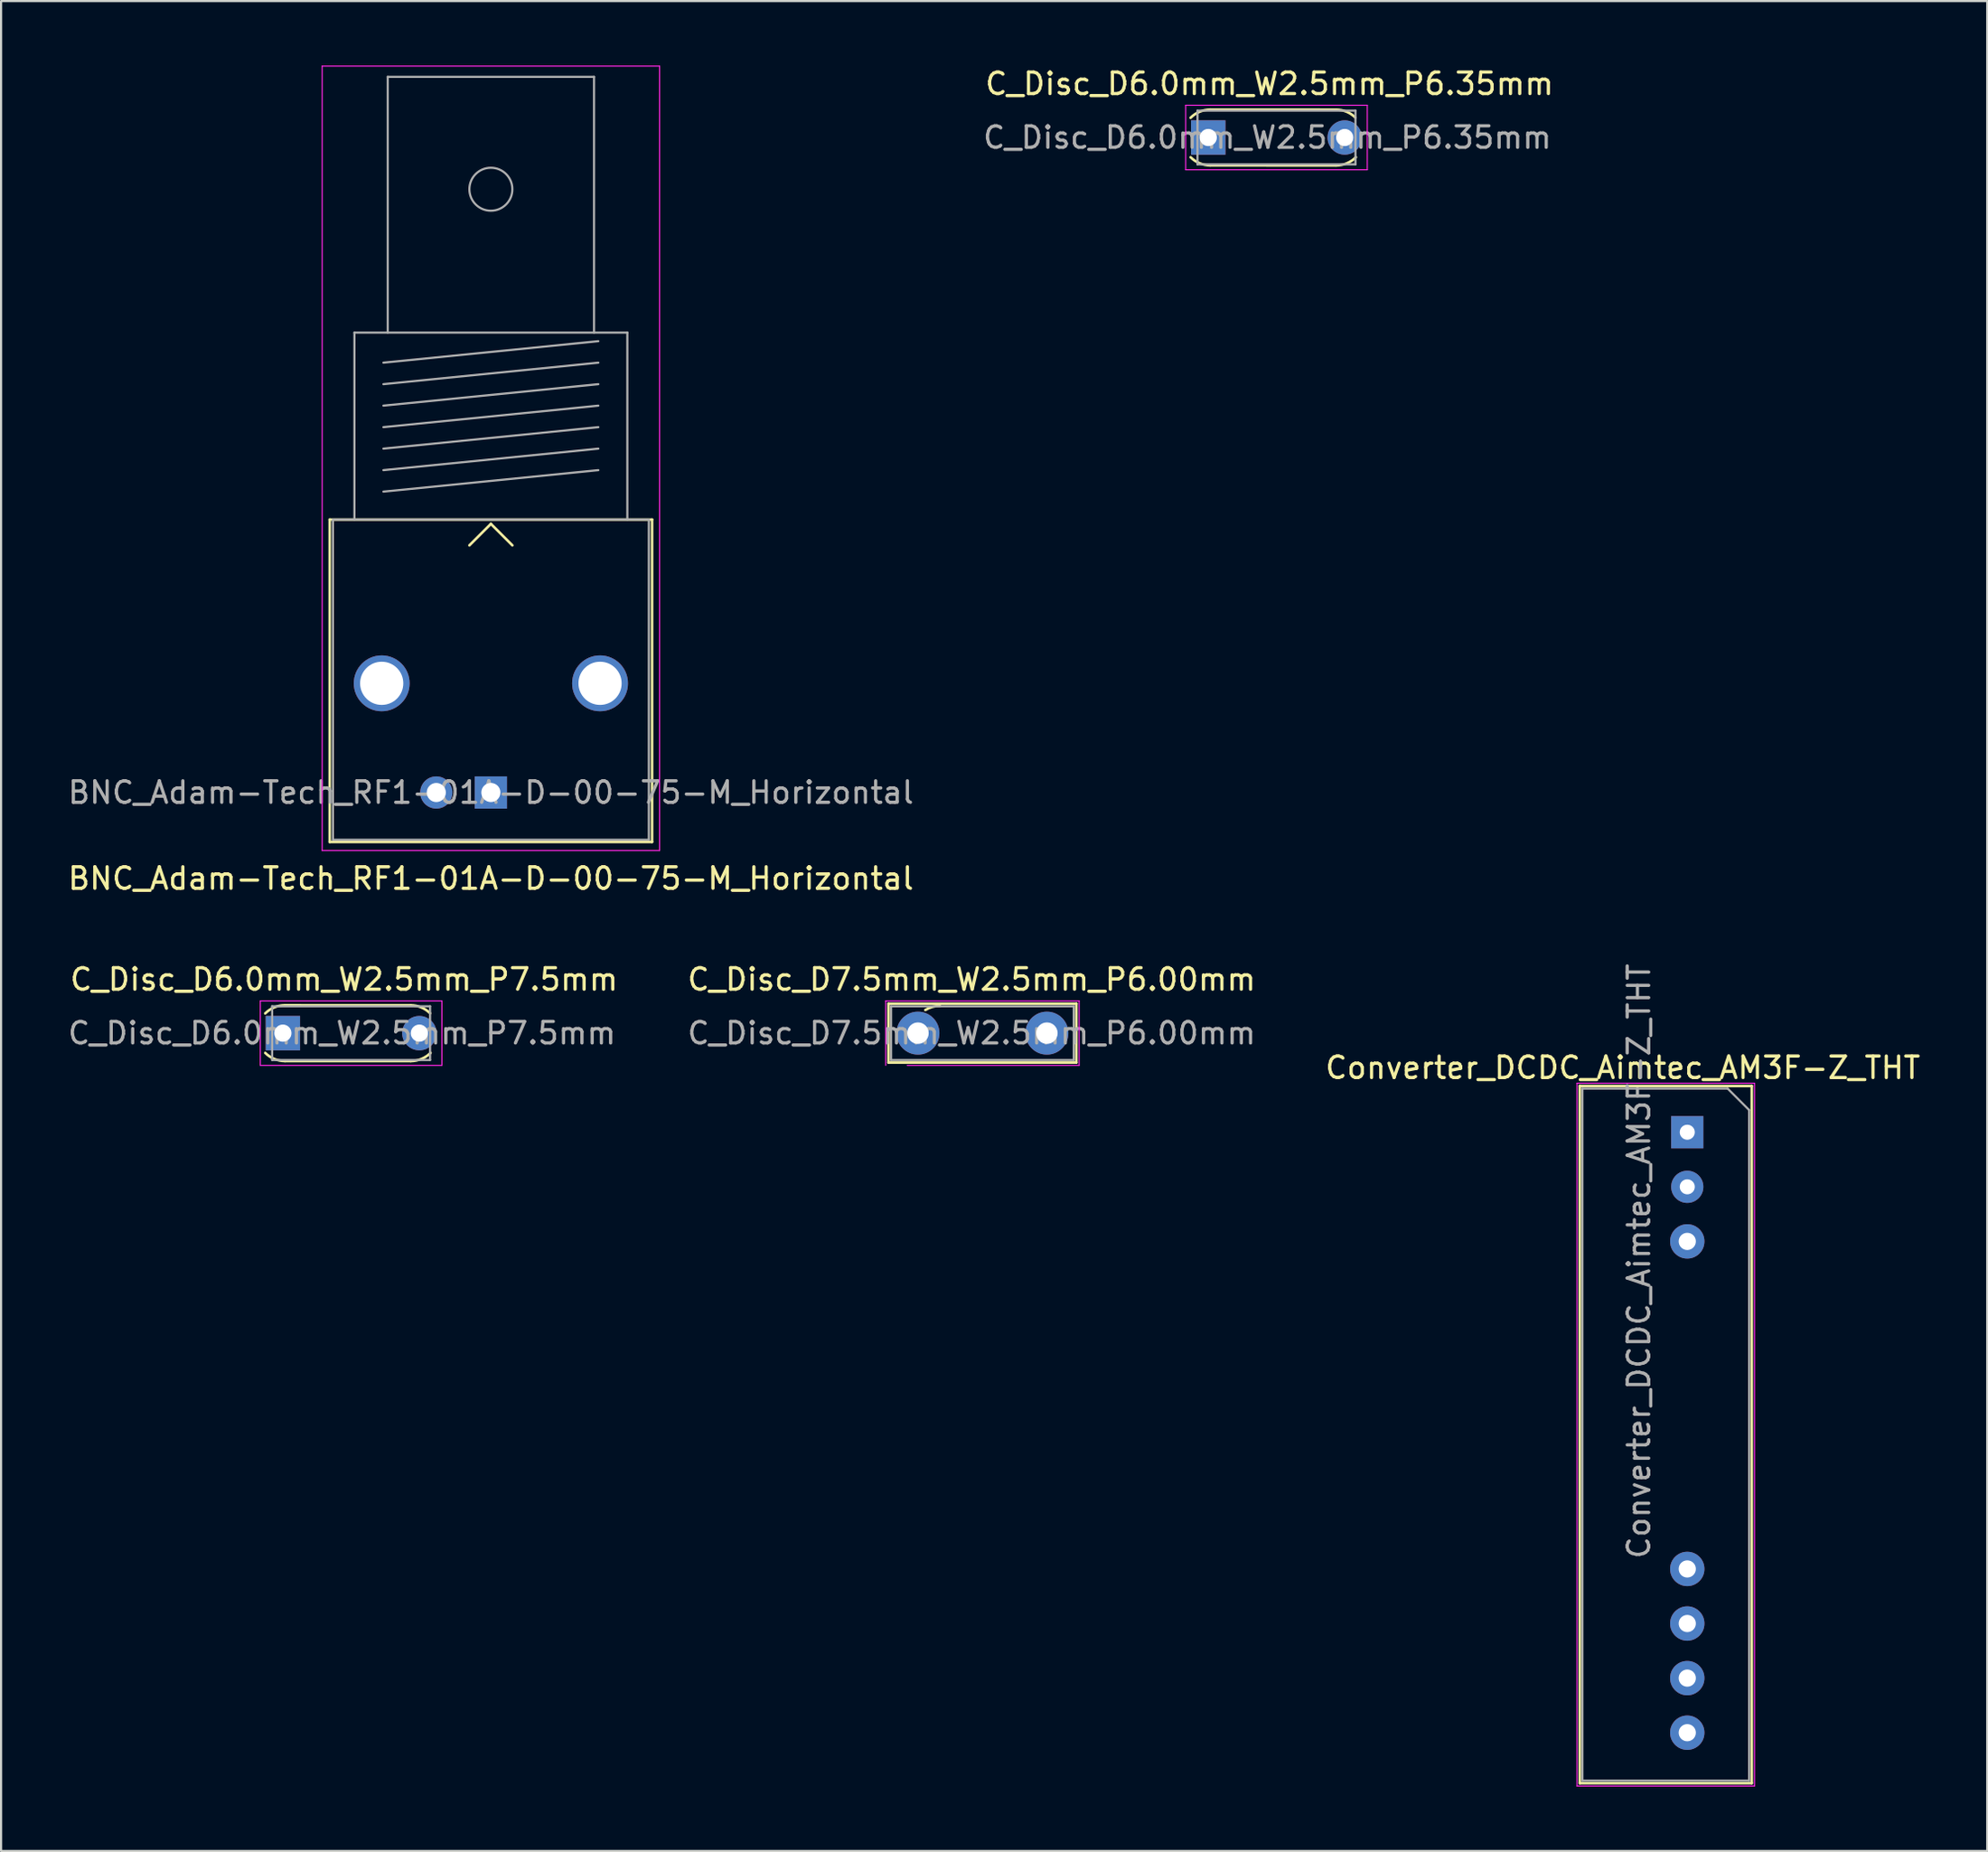
<source format=kicad_pcb>
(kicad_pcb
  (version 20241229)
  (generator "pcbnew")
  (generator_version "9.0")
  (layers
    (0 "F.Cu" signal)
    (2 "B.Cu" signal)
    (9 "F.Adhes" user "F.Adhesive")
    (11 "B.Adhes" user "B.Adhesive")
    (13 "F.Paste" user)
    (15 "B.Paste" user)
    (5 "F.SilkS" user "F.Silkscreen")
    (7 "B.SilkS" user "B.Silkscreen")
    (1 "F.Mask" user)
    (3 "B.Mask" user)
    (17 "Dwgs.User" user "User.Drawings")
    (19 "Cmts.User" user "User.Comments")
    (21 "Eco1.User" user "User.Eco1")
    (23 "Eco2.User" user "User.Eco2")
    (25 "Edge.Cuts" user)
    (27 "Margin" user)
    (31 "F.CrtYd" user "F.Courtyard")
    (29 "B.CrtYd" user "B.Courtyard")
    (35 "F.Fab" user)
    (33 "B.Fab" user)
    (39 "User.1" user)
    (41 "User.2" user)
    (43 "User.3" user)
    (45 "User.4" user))
  (footprint "C_Disc_D6.0mm_W2.5mm_P6.35mm"
    (layer "F.Cu")
    (at 53.173 3.348)
    (property "Reference" "C_Disc_D6.0mm_W2.5mm_P6.35mm" (at 2.85 -2.5 0) (layer "F.SilkS") (effects (font (size 1 1) (thickness 0.15))))
    (attr through_hole)
    (fp_line (start 0.096 1.299) (end 5.95 1.3) (stroke (width 0.12) (type default)) (layer "F.SilkS"))
    (fp_line (start 5.95 -1.297) (end 0.097 -1.299) (stroke (width 0.12) (type default)) (layer "F.SilkS"))
    (fp_arc (start -0.82175 -0.918195) (mid -0.4 -1.2) (end 0.097489 -1.298956) (stroke (width 0.12) (type default)) (layer "F.SilkS"))
    (fp_arc (start 0.095607 1.298582) (mid -0.4 1.2) (end -0.820156 0.919261) (stroke (width 0.12) (type default)) (layer "F.SilkS"))
    (fp_arc (start 5.95 -1.296886) (mid 6.437071 -1.199992) (end 6.85 -0.924094) (stroke (width 0.12) (type default)) (layer "F.SilkS"))
    (fp_arc (start 6.871954 0.918114) (mid 6.448958 1.200752) (end 5.95 1.3) (stroke (width 0.12) (type default)) (layer "F.SilkS"))
    (fp_line (start -1.05 -1.5) (end -1.05 1.5) (stroke (width 0.05) (type solid)) (layer "F.CrtYd"))
    (fp_line (start -1.05 1.5) (end 7.4 1.5) (stroke (width 0.05) (type solid)) (layer "F.CrtYd"))
    (fp_line (start 7.4 -1.5) (end -1.05 -1.5) (stroke (width 0.05) (type solid)) (layer "F.CrtYd"))
    (fp_line (start 7.4 1.5) (end 7.4 -1.5) (stroke (width 0.05) (type solid)) (layer "F.CrtYd"))
    (fp_line (start -0.5 -1.25) (end -0.5 1.25) (stroke (width 0.1) (type solid)) (layer "F.Fab"))
    (fp_line (start -0.5 1.25) (end 6.85 1.25) (stroke (width 0.1) (type solid)) (layer "F.Fab"))
    (fp_line (start 6.85 -1.25) (end -0.5 -1.25) (stroke (width 0.1) (type solid)) (layer "F.Fab"))
    (fp_line (start 6.85 1.25) (end 6.85 -1.25) (stroke (width 0.1) (type solid)) (layer "F.Fab"))
    (fp_text user "${REFERENCE}" (at 2.75 0 0) (layer "F.Fab") (effects (font (size 1 1) (thickness 0.15))))
    (pad "1" thru_hole rect (at 0 0) (size 1.6 1.6) (drill 0.8) (layers "*.Cu" "*.Mask"))
    (pad "2" thru_hole circle (at 6.35 0) (size 1.6 1.6) (drill 0.8) (layers "*.Cu" "*.Mask")))
  (footprint "BNC_Adam-Tech_RF1-01A-D-00-75-M_Horizontal"
    (layer "F.Cu")
    (at 19.792 33.825)
    (property "Reference" "BNC_Adam-Tech_RF1-01A-D-00-75-M_Horizontal" (at 0 4 0) (layer "F.SilkS") (effects (font (size 1 1) (thickness 0.15))))
    (attr through_hole)
    (fp_line (start -7.5 -12.7) (end 7.5 -12.7) (stroke (width 0.12) (type solid)) (layer "F.SilkS"))
    (fp_line (start -7.5 2.3) (end -7.5 -12.7) (stroke (width 0.12) (type solid)) (layer "F.SilkS"))
    (fp_line (start 0 -12.5) (end -1 -11.5) (stroke (width 0.12) (type solid)) (layer "F.SilkS"))
    (fp_line (start 0 -12.5) (end 1 -11.5) (stroke (width 0.12) (type solid)) (layer "F.SilkS"))
    (fp_line (start 7.5 -12.7) (end 7.5 2.3) (stroke (width 0.12) (type solid)) (layer "F.SilkS"))
    (fp_line (start 7.5 2.3) (end -7.5 2.3) (stroke (width 0.12) (type solid)) (layer "F.SilkS"))
    (fp_line (start -7.85 2.7) (end -7.85 -33.8) (stroke (width 0.05) (type solid)) (layer "F.CrtYd"))
    (fp_line (start -7.85 2.7) (end 7.85 2.7) (stroke (width 0.05) (type solid)) (layer "F.CrtYd"))
    (fp_line (start 7.85 -33.8) (end -7.85 -33.8) (stroke (width 0.05) (type solid)) (layer "F.CrtYd"))
    (fp_line (start 7.85 2.7) (end 7.85 -33.8) (stroke (width 0.05) (type solid)) (layer "F.CrtYd"))
    (fp_line (start -7.35 -12.7) (end -7.35 2.2) (stroke (width 0.1) (type solid)) (layer "F.Fab"))
    (fp_line (start -7.35 2.2) (end 7.35 2.2) (stroke (width 0.1) (type solid)) (layer "F.Fab"))
    (fp_line (start -6.35 -21.4) (end -6.35 -12.7) (stroke (width 0.1) (type solid)) (layer "F.Fab"))
    (fp_line (start -5 -20) (end 5 -21) (stroke (width 0.1) (type solid)) (layer "F.Fab"))
    (fp_line (start -5 -19) (end 5 -20) (stroke (width 0.1) (type solid)) (layer "F.Fab"))
    (fp_line (start -5 -18) (end 5 -19) (stroke (width 0.1) (type solid)) (layer "F.Fab"))
    (fp_line (start -5 -17) (end 5 -18) (stroke (width 0.1) (type solid)) (layer "F.Fab"))
    (fp_line (start -5 -16) (end 5 -17) (stroke (width 0.1) (type solid)) (layer "F.Fab"))
    (fp_line (start -5 -15) (end 5 -16) (stroke (width 0.1) (type solid)) (layer "F.Fab"))
    (fp_line (start -5 -14) (end 5 -15) (stroke (width 0.1) (type solid)) (layer "F.Fab"))
    (fp_line (start -4.8 -33.3) (end -4.8 -21.4) (stroke (width 0.1) (type solid)) (layer "F.Fab"))
    (fp_line (start 4.8 -33.3) (end -4.8 -33.3) (stroke (width 0.1) (type solid)) (layer "F.Fab"))
    (fp_line (start 4.8 -21.4) (end 4.8 -33.3) (stroke (width 0.1) (type solid)) (layer "F.Fab"))
    (fp_line (start 6.35 -21.4) (end -6.35 -21.4) (stroke (width 0.1) (type solid)) (layer "F.Fab"))
    (fp_line (start 6.35 -12.7) (end 6.35 -21.4) (stroke (width 0.1) (type solid)) (layer "F.Fab"))
    (fp_line (start 7.35 -12.7) (end -7.35 -12.7) (stroke (width 0.1) (type solid)) (layer "F.Fab"))
    (fp_line (start 7.35 2.2) (end 7.35 -12.7) (stroke (width 0.1) (type solid)) (layer "F.Fab"))
    (fp_circle (center 0 -28.07) (end 1 -28.07) (stroke (width 0.1) (type solid)) (fill no) (layer "F.Fab"))
    (fp_text user "${REFERENCE}" (at 0 0 0) (layer "F.Fab") (effects (font (size 1 1) (thickness 0.15))))
    (pad "" thru_hole circle (at -5.08 -5.08) (size 2.6 2.6) (drill 2.01) (layers "*.Cu" "*.Mask"))
    (pad "" thru_hole circle (at 5.08 -5.08) (size 2.6 2.6) (drill 2.01) (layers "*.Cu" "*.Mask"))
    (pad "1" thru_hole rect (at 0 0) (size 1.5 1.5) (drill 0.89) (layers "*.Cu" "*.Mask"))
    (pad "2" thru_hole circle (at -2.54 0) (size 1.5 1.5) (drill 0.89) (layers "*.Cu" "*.Mask")))
  (footprint "C_Disc_D7.5mm_W2.5mm_P6.00mm"
    (layer "F.Cu")
    (at 39.665 45.022)
    (property "Reference" "C_Disc_D7.5mm_W2.5mm_P6.00mm" (at 2.5 -2.5 0) (layer "F.SilkS") (effects (font (size 1 1) (thickness 0.15))))
    (attr through_hole)
    (fp_line (start -1.37 -1.37) (end -1.37 1.37) (stroke (width 0.12) (type solid)) (layer "F.SilkS"))
    (fp_line (start -1.37 -1.37) (end 7.37 -1.37) (stroke (width 0.12) (type solid)) (layer "F.SilkS"))
    (fp_line (start -1.37 1.37) (end 7.37 1.37) (stroke (width 0.12) (type solid)) (layer "F.SilkS"))
    (fp_line (start 7.37 -1.37) (end 7.37 1.37) (stroke (width 0.12) (type solid)) (layer "F.SilkS"))
    (fp_arc (start 0.342901 -1.076958) (mid 0.665883 -1.220786) (end 1.016 -1.27) (stroke (width 0.12) (type default)) (layer "F.SilkS"))
    (fp_line (start -1.5 -1.5) (end -1.5 1.5) (stroke (width 0.05) (type solid)) (layer "F.CrtYd"))
    (fp_line (start -0.5 1.5) (end 7.5 1.5) (stroke (width 0.05) (type solid)) (layer "F.CrtYd"))
    (fp_line (start 7.5 -1.5) (end -1.5 -1.5) (stroke (width 0.05) (type solid)) (layer "F.CrtYd"))
    (fp_line (start 7.5 1.5) (end 7.5 -1.5) (stroke (width 0.05) (type solid)) (layer "F.CrtYd"))
    (fp_line (start -1.25 -1.25) (end -1.25 1.25) (stroke (width 0.1) (type solid)) (layer "F.Fab"))
    (fp_line (start -1.25 1.25) (end 7.25 1.25) (stroke (width 0.1) (type solid)) (layer "F.Fab"))
    (fp_line (start 7.25 -1.25) (end -1.25 -1.25) (stroke (width 0.1) (type solid)) (layer "F.Fab"))
    (fp_line (start 7.25 1.25) (end 7.25 -1.25) (stroke (width 0.1) (type solid)) (layer "F.Fab"))
    (fp_text user "${REFERENCE}" (at 2.5 0 0) (layer "F.Fab") (effects (font (size 1 1) (thickness 0.15))))
    (pad "1" thru_hole circle (at 0 0) (size 2 2) (drill 1) (layers "*.Cu" "*.Mask"))
    (pad "2" thru_hole circle (at 6 0) (size 2 2) (drill 1) (layers "*.Cu" "*.Mask")))
  (footprint "Converter_DCDC_Aimtec_AM3F-Z_THT"
    (layer "F.Cu")
    (at 75.463 49.632)
    (property "Reference" "Converter_DCDC_Aimtec_AM3F-Z_THT" (at -3 -3 0) (layer "F.SilkS") (effects (font (size 1 1) (thickness 0.15))))
    (attr through_hole)
    (fp_line (start -5 -2.15) (end -5 30.29) (stroke (width 0.12) (type solid)) (layer "F.SilkS"))
    (fp_line (start -5 30.29) (end 3 30.29) (stroke (width 0.12) (type solid)) (layer "F.SilkS"))
    (fp_line (start 3 -2.15) (end -5 -2.15) (stroke (width 0.12) (type solid)) (layer "F.SilkS"))
    (fp_line (start 3 30.29) (end 3 -2.15) (stroke (width 0.12) (type solid)) (layer "F.SilkS"))
    (fp_line (start -5.13 -2.28) (end -5.13 30.42) (stroke (width 0.05) (type solid)) (layer "F.CrtYd"))
    (fp_line (start -5.13 30.42) (end 3.13 30.42) (stroke (width 0.05) (type solid)) (layer "F.CrtYd"))
    (fp_line (start 3.13 -2.28) (end -5.13 -2.28) (stroke (width 0.05) (type solid)) (layer "F.CrtYd"))
    (fp_line (start 3.13 30.42) (end 3.13 -2.28) (stroke (width 0.05) (type solid)) (layer "F.CrtYd"))
    (fp_line (start -4.88 -2.03) (end -4.88 30.17) (stroke (width 0.1) (type solid)) (layer "F.Fab"))
    (fp_line (start -4.88 30.17) (end 2.88 30.17) (stroke (width 0.1) (type solid)) (layer "F.Fab"))
    (fp_line (start 1.88 -2.03) (end -4.88 -2.03) (stroke (width 0.1) (type solid)) (layer "F.Fab"))
    (fp_line (start 1.88 -2.03) (end 2.88 -1.03) (stroke (width 0.1) (type solid)) (layer "F.Fab"))
    (fp_line (start 2.88 30.17) (end 2.88 -1.03) (stroke (width 0.1) (type solid)) (layer "F.Fab"))
    (fp_text user "${REFERENCE}" (at -2.25 6 90) (layer "F.Fab") (effects (font (size 1 1) (thickness 0.15))))
    (pad "1" thru_hole rect (at 0 0) (size 1.5 1.5) (drill 0.7) (layers "*.Cu" "*.Mask"))
    (pad "2" thru_hole oval (at 0 2.54) (size 1.5 1.5) (drill 0.7) (layers "*.Cu" "*.Mask"))
    (pad "3" thru_hole circle (at 0 5.08) (size 1.6 1.6) (drill 0.8) (layers "*.Cu" "*.Mask"))
    (pad "9" thru_hole circle (at 0 20.32) (size 1.6 1.6) (drill 0.8) (layers "*.Cu" "*.Mask"))
    (pad "10" thru_hole circle (at 0 22.86) (size 1.6 1.6) (drill 0.8) (layers "*.Cu" "*.Mask"))
    (pad "11" thru_hole circle (at 0 25.4) (size 1.6 1.6) (drill 0.8) (layers "*.Cu" "*.Mask"))
    (pad "12" thru_hole circle (at 0 27.94) (size 1.6 1.6) (drill 0.8) (layers "*.Cu" "*.Mask")))
  (footprint "C_Disc_D6.0mm_W2.5mm_P7.5mm"
    (layer "F.Cu")
    (at 10.113 45.022)
    (property "Reference" "C_Disc_D6.0mm_W2.5mm_P7.5mm" (at 2.85 -2.5 0) (layer "F.SilkS") (effects (font (size 1 1) (thickness 0.15))))
    (attr through_hole)
    (fp_line (start 0.096 1.299) (end 5.95 1.3) (stroke (width 0.12) (type default)) (layer "F.SilkS"))
    (fp_line (start 5.95 -1.297) (end 0.097 -1.299) (stroke (width 0.12) (type default)) (layer "F.SilkS"))
    (fp_arc (start -0.82175 -0.918195) (mid -0.4 -1.2) (end 0.097489 -1.298956) (stroke (width 0.12) (type default)) (layer "F.SilkS"))
    (fp_arc (start 0.095607 1.298582) (mid -0.4 1.2) (end -0.820156 0.919261) (stroke (width 0.12) (type default)) (layer "F.SilkS"))
    (fp_arc (start 5.95 -1.296886) (mid 6.437071 -1.199992) (end 6.85 -0.924094) (stroke (width 0.12) (type default)) (layer "F.SilkS"))
    (fp_arc (start 6.871954 0.918114) (mid 6.448958 1.200752) (end 5.95 1.3) (stroke (width 0.12) (type default)) (layer "F.SilkS"))
    (fp_line (start -1.05 -1.5) (end -1.05 1.5) (stroke (width 0.05) (type solid)) (layer "F.CrtYd"))
    (fp_line (start -1.05 1.5) (end 7.4 1.5) (stroke (width 0.05) (type solid)) (layer "F.CrtYd"))
    (fp_line (start 7.4 -1.5) (end -1.05 -1.5) (stroke (width 0.05) (type solid)) (layer "F.CrtYd"))
    (fp_line (start 7.4 1.5) (end 7.4 -1.5) (stroke (width 0.05) (type solid)) (layer "F.CrtYd"))
    (fp_line (start -0.5 -1.25) (end -0.5 1.25) (stroke (width 0.1) (type solid)) (layer "F.Fab"))
    (fp_line (start -0.5 1.25) (end 6.85 1.25) (stroke (width 0.1) (type solid)) (layer "F.Fab"))
    (fp_line (start 6.85 -1.25) (end -0.5 -1.25) (stroke (width 0.1) (type solid)) (layer "F.Fab"))
    (fp_line (start 6.85 1.25) (end 6.85 -1.25) (stroke (width 0.1) (type solid)) (layer "F.Fab"))
    (fp_text user "${REFERENCE}" (at 2.75 0 0) (layer "F.Fab") (effects (font (size 1 1) (thickness 0.15))))
    (pad "1" thru_hole rect (at 0 0) (size 1.6 1.6) (drill 0.8) (layers "*.Cu" "*.Mask"))
    (pad "2" thru_hole circle (at 6.35 0) (size 1.6 1.6) (drill 0.8) (layers "*.Cu" "*.Mask")))
  (gr_rect
    (start -3 -3)
    (end 89.421 83.077)
    (stroke (width 0.1) (type default))
    (fill no)
    (layer "Edge.Cuts")))
</source>
